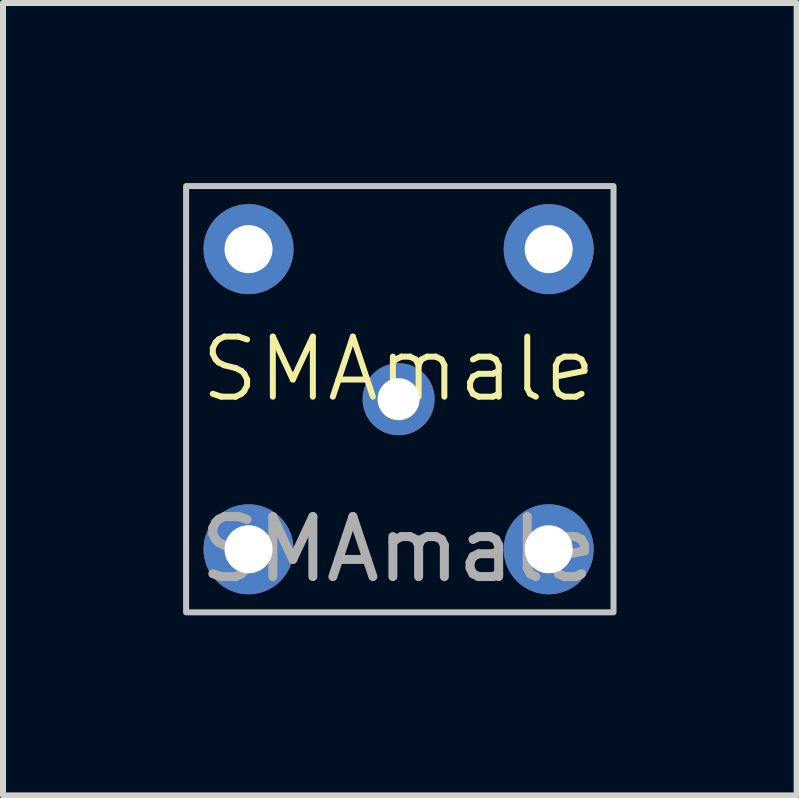
<source format=kicad_pcb>
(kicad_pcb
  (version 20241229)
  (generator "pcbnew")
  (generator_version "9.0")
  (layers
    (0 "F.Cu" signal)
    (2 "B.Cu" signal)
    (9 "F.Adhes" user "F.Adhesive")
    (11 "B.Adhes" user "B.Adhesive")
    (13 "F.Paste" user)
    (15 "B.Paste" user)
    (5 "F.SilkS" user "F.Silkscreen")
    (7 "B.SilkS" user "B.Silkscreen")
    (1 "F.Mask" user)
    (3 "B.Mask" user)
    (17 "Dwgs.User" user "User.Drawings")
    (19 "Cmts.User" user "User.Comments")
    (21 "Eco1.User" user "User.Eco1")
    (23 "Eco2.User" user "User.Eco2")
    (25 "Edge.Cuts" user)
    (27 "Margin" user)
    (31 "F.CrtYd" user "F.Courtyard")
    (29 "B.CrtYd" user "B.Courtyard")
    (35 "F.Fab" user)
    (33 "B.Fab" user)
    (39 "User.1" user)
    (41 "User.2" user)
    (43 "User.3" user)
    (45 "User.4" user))
  (footprint "SMAmale"
    (layer "F.Cu")
    (at 3.59 3.6)
    (property "Reference" "SMAmale" (at 0 -0.5 0) (unlocked yes) (layer "F.SilkS") (effects (font (size 1 1) (thickness 0.1))))
    (attr smd)
    (fp_rect (start -3.54 -3.55) (end 3.58 3.55) (stroke (width 0.1) (type default)) (fill no) (layer "Dwgs.User"))
    (fp_text user "${REFERENCE}" (at 0 2.5 0) (unlocked yes) (layer "F.Fab") (effects (font (size 1 1) (thickness 0.15))))
    (pad "1" thru_hole circle (at 0 0) (size 1.2 1.2) (drill 0.7) (layers "*.Cu" "*.Mask"))
    (pad "2" thru_hole circle (at 2.5 -2.5) (size 1.5 1.5) (drill 0.8) (layers "*.Cu" "*.Mask"))
    (pad "3" thru_hole circle (at 2.5 2.5) (size 1.5 1.5) (drill 0.8) (layers "*.Cu" "*.Mask"))
    (pad "4" thru_hole circle (at -2.5 2.5) (size 1.5 1.5) (drill 0.8) (layers "*.Cu" "*.Mask"))
    (pad "5" thru_hole circle (at -2.5 -2.5) (size 1.5 1.5) (drill 0.8) (layers "*.Cu" "*.Mask")))
  (gr_rect
    (start -3 -3)
    (end 10.22 10.2)
    (stroke (width 0.1) (type default))
    (fill no)
    (layer "Edge.Cuts")))
</source>
